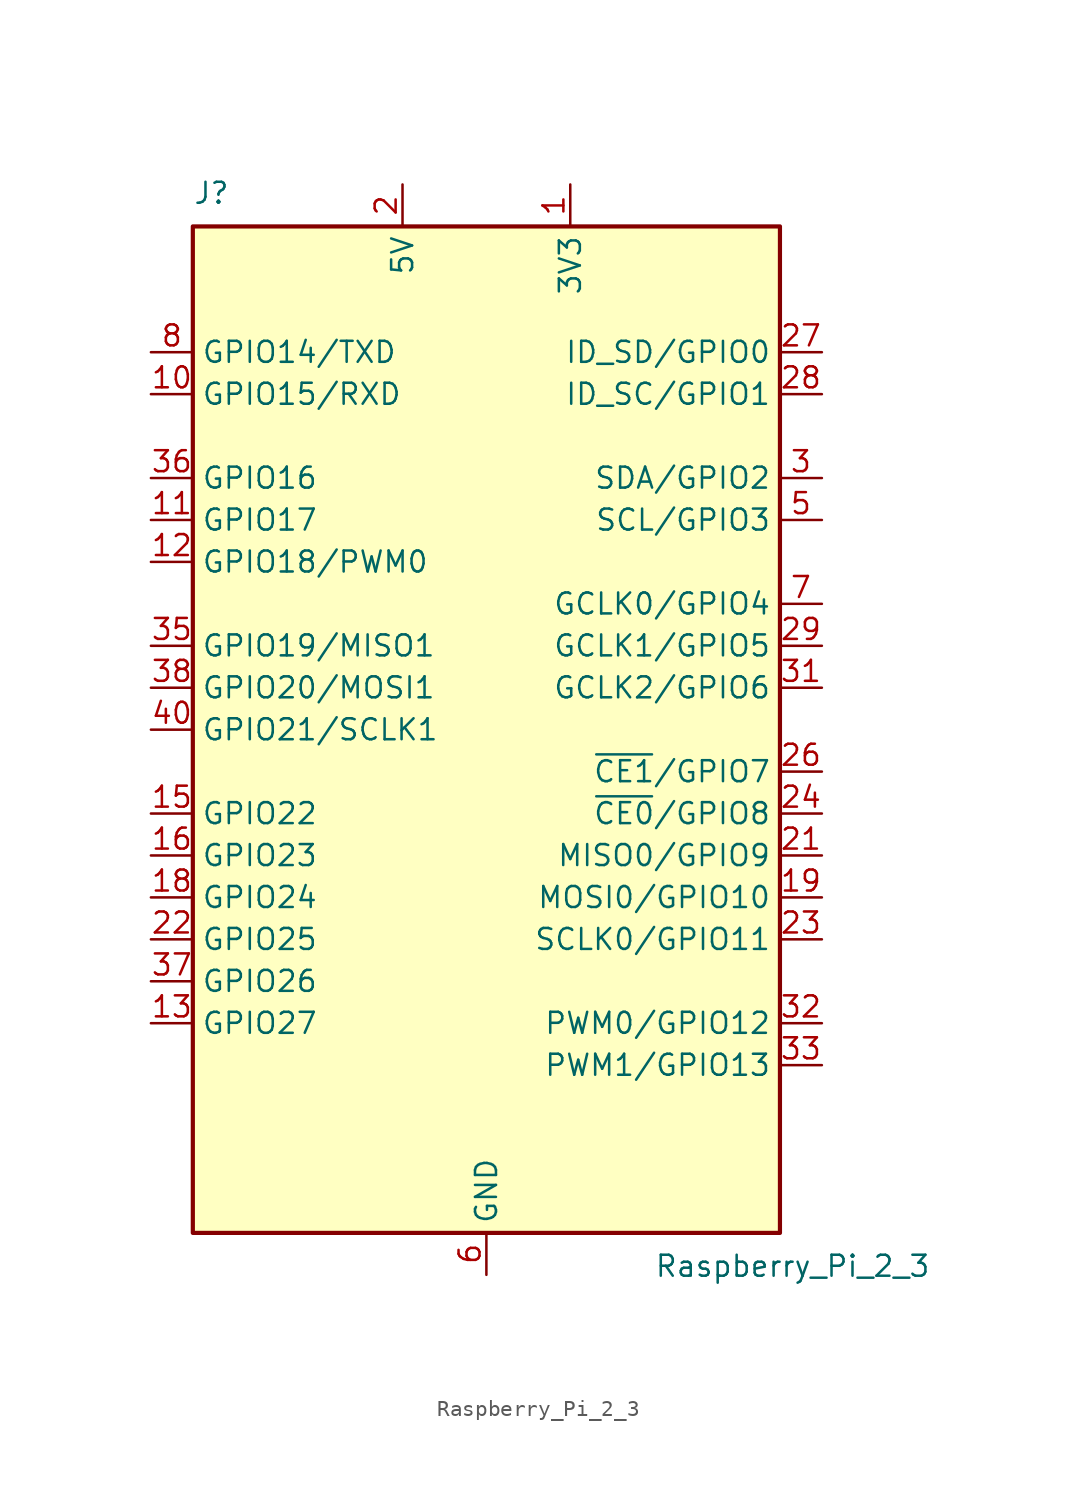
<source format=kicad_sym>
(kicad_symbol_lib
  (version 20220914)
  (generator kicad_symbol_editor)
  (symbol "Raspberry_Pi_2_3"
    (property "Reference" "J"
      (at -17.78 31.75 0)
      (effects (font (size 1.27 1.27)) (justify left bottom)))
    (property "Value" "Raspberry_Pi_2_3"
      (at 10.16 -31.75 0)
      (effects (font (size 1.27 1.27)) (justify left top)))
    (symbol "Raspberry_Pi_2_3_0_1"
      (rectangle (start -17.78 30.48) (end 17.78 -30.48) (stroke (width 0.254) (type default)) (fill (type background))))
    (symbol "Raspberry_Pi_2_3_1_1"
      (pin power_in line (at 5.08 33.02 270) (length 2.54) (name "3V3" (effects (font (size 1.27 1.27)))) (number "1" (effects (font (size 1.27 1.27)))))
      (pin bidirectional line (at -20.32 20.32 0) (length 2.54) (name "GPIO15/RXD" (effects (font (size 1.27 1.27)))) (number "10" (effects (font (size 1.27 1.27)))))
      (pin bidirectional line (at -20.32 12.7 0) (length 2.54) (name "GPIO17" (effects (font (size 1.27 1.27)))) (number "11" (effects (font (size 1.27 1.27)))))
      (pin bidirectional line (at -20.32 10.16 0) (length 2.54) (name "GPIO18/PWM0" (effects (font (size 1.27 1.27)))) (number "12" (effects (font (size 1.27 1.27)))))
      (pin bidirectional line (at -20.32 -17.78 0) (length 2.54) (name "GPIO27" (effects (font (size 1.27 1.27)))) (number "13" (effects (font (size 1.27 1.27)))))
      (pin passive line (at 0 -33.02 90) (length 2.54) hide (name "GND" (effects (font (size 1.27 1.27)))) (number "14" (effects (font (size 1.27 1.27)))))
      (pin bidirectional line (at -20.32 -5.08 0) (length 2.54) (name "GPIO22" (effects (font (size 1.27 1.27)))) (number "15" (effects (font (size 1.27 1.27)))))
      (pin bidirectional line (at -20.32 -7.62 0) (length 2.54) (name "GPIO23" (effects (font (size 1.27 1.27)))) (number "16" (effects (font (size 1.27 1.27)))))
      (pin passive line (at 5.08 33.02 270) (length 2.54) hide (name "3V3" (effects (font (size 1.27 1.27)))) (number "17" (effects (font (size 1.27 1.27)))))
      (pin bidirectional line (at -20.32 -10.16 0) (length 2.54) (name "GPIO24" (effects (font (size 1.27 1.27)))) (number "18" (effects (font (size 1.27 1.27)))))
      (pin bidirectional line (at 20.32 -10.16 180) (length 2.54) (name "MOSI0/GPIO10" (effects (font (size 1.27 1.27)))) (number "19" (effects (font (size 1.27 1.27)))))
      (pin power_in line (at -5.08 33.02 270) (length 2.54) (name "5V" (effects (font (size 1.27 1.27)))) (number "2" (effects (font (size 1.27 1.27)))))
      (pin passive line (at 0 -33.02 90) (length 2.54) hide (name "GND" (effects (font (size 1.27 1.27)))) (number "20" (effects (font (size 1.27 1.27)))))
      (pin bidirectional line (at 20.32 -7.62 180) (length 2.54) (name "MISO0/GPIO9" (effects (font (size 1.27 1.27)))) (number "21" (effects (font (size 1.27 1.27)))))
      (pin bidirectional line (at -20.32 -12.7 0) (length 2.54) (name "GPIO25" (effects (font (size 1.27 1.27)))) (number "22" (effects (font (size 1.27 1.27)))))
      (pin bidirectional line (at 20.32 -12.7 180) (length 2.54) (name "SCLK0/GPIO11" (effects (font (size 1.27 1.27)))) (number "23" (effects (font (size 1.27 1.27)))))
      (pin bidirectional line (at 20.32 -5.08 180) (length 2.54) (name "~{CE0}/GPIO8" (effects (font (size 1.27 1.27)))) (number "24" (effects (font (size 1.27 1.27)))))
      (pin passive line (at 0 -33.02 90) (length 2.54) hide (name "GND" (effects (font (size 1.27 1.27)))) (number "25" (effects (font (size 1.27 1.27)))))
      (pin bidirectional line (at 20.32 -2.54 180) (length 2.54) (name "~{CE1}/GPIO7" (effects (font (size 1.27 1.27)))) (number "26" (effects (font (size 1.27 1.27)))))
      (pin bidirectional line (at 20.32 22.86 180) (length 2.54) (name "ID_SD/GPIO0" (effects (font (size 1.27 1.27)))) (number "27" (effects (font (size 1.27 1.27)))))
      (pin bidirectional line (at 20.32 20.32 180) (length 2.54) (name "ID_SC/GPIO1" (effects (font (size 1.27 1.27)))) (number "28" (effects (font (size 1.27 1.27)))))
      (pin bidirectional line (at 20.32 5.08 180) (length 2.54) (name "GCLK1/GPIO5" (effects (font (size 1.27 1.27)))) (number "29" (effects (font (size 1.27 1.27)))))
      (pin bidirectional line (at 20.32 15.24 180) (length 2.54) (name "SDA/GPIO2" (effects (font (size 1.27 1.27)))) (number "3" (effects (font (size 1.27 1.27)))))
      (pin passive line (at 0 -33.02 90) (length 2.54) hide (name "GND" (effects (font (size 1.27 1.27)))) (number "30" (effects (font (size 1.27 1.27)))))
      (pin bidirectional line (at 20.32 2.54 180) (length 2.54) (name "GCLK2/GPIO6" (effects (font (size 1.27 1.27)))) (number "31" (effects (font (size 1.27 1.27)))))
      (pin bidirectional line (at 20.32 -17.78 180) (length 2.54) (name "PWM0/GPIO12" (effects (font (size 1.27 1.27)))) (number "32" (effects (font (size 1.27 1.27)))))
      (pin bidirectional line (at 20.32 -20.32 180) (length 2.54) (name "PWM1/GPIO13" (effects (font (size 1.27 1.27)))) (number "33" (effects (font (size 1.27 1.27)))))
      (pin passive line (at 0 -33.02 90) (length 2.54) hide (name "GND" (effects (font (size 1.27 1.27)))) (number "34" (effects (font (size 1.27 1.27)))))
      (pin bidirectional line (at -20.32 5.08 0) (length 2.54) (name "GPIO19/MISO1" (effects (font (size 1.27 1.27)))) (number "35" (effects (font (size 1.27 1.27)))))
      (pin bidirectional line (at -20.32 15.24 0) (length 2.54) (name "GPIO16" (effects (font (size 1.27 1.27)))) (number "36" (effects (font (size 1.27 1.27)))))
      (pin bidirectional line (at -20.32 -15.24 0) (length 2.54) (name "GPIO26" (effects (font (size 1.27 1.27)))) (number "37" (effects (font (size 1.27 1.27)))))
      (pin bidirectional line (at -20.32 2.54 0) (length 2.54) (name "GPIO20/MOSI1" (effects (font (size 1.27 1.27)))) (number "38" (effects (font (size 1.27 1.27)))))
      (pin passive line (at 0 -33.02 90) (length 2.54) hide (name "GND" (effects (font (size 1.27 1.27)))) (number "39" (effects (font (size 1.27 1.27)))))
      (pin passive line (at -5.08 33.02 270) (length 2.54) hide (name "5V" (effects (font (size 1.27 1.27)))) (number "4" (effects (font (size 1.27 1.27)))))
      (pin bidirectional line (at -20.32 0 0) (length 2.54) (name "GPIO21/SCLK1" (effects (font (size 1.27 1.27)))) (number "40" (effects (font (size 1.27 1.27)))))
      (pin bidirectional line (at 20.32 12.7 180) (length 2.54) (name "SCL/GPIO3" (effects (font (size 1.27 1.27)))) (number "5" (effects (font (size 1.27 1.27)))))
      (pin power_in line (at 0 -33.02 90) (length 2.54) (name "GND" (effects (font (size 1.27 1.27)))) (number "6" (effects (font (size 1.27 1.27)))))
      (pin bidirectional line (at 20.32 7.62 180) (length 2.54) (name "GCLK0/GPIO4" (effects (font (size 1.27 1.27)))) (number "7" (effects (font (size 1.27 1.27)))))
      (pin bidirectional line (at -20.32 22.86 0) (length 2.54) (name "GPIO14/TXD" (effects (font (size 1.27 1.27)))) (number "8" (effects (font (size 1.27 1.27)))))
      (pin passive line (at 0 -33.02 90) (length 2.54) hide (name "GND" (effects (font (size 1.27 1.27)))) (number "9" (effects (font (size 1.27 1.27))))))))
</source>
